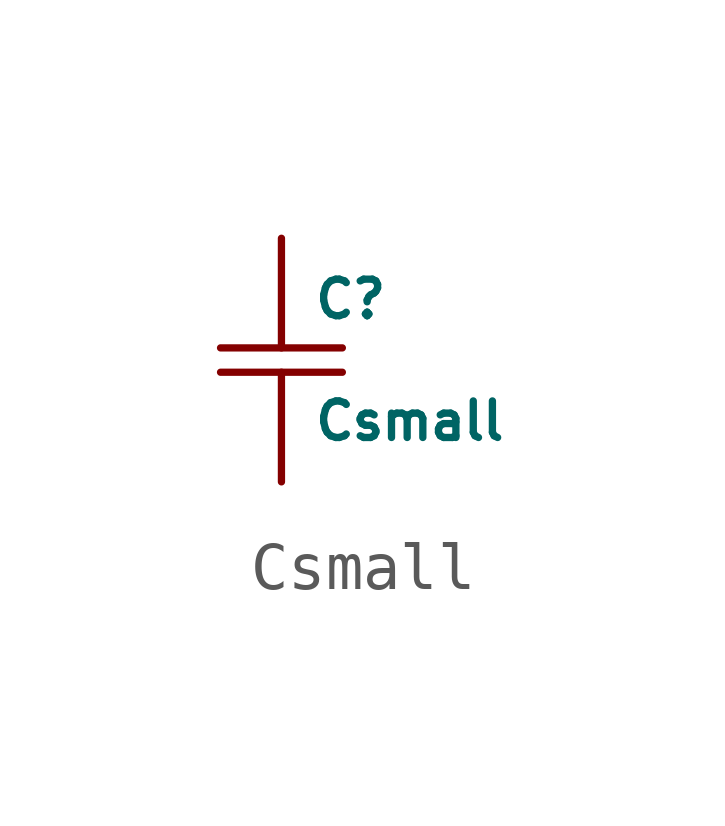
<source format=kicad_sym>
(kicad_symbol_lib
  (version 20220914)
  (generator kicad_symbol_editor)
  (symbol "Csmall"
    (pin_numbers hide)
    (pin_names
      (offset 0.254))
    (property "Reference" "C"
      (at 0.635 1.27 0)
      (effects (font (size 0.762 0.762)) (justify left)))
    (property "Value" "Csmall"
      (at 0.635 -1.27 0)
      (effects (font (size 0.762 0.762)) (justify left)))
    (symbol "Csmall_0_1"
      (polyline (pts (xy 1.27 -0.254) (xy -1.27 -0.254)) (stroke (width 0) (type solid)) (fill (type none)))
      (polyline (pts (xy 1.27 0.254) (xy -1.27 0.254)) (stroke (width 0) (type solid)) (fill (type none))))
    (symbol "Csmall_1_1"
      (pin passive line (at 0 2.54 270) (length 2.286) (name "~" (effects (font (size 1.016 1.016)))) (number "1" (effects (font (size 1.016 1.016)))))
      (pin passive line (at 0 -2.54 90) (length 2.286) (name "~" (effects (font (size 1.016 1.016)))) (number "2" (effects (font (size 1.016 1.016))))))))
</source>
